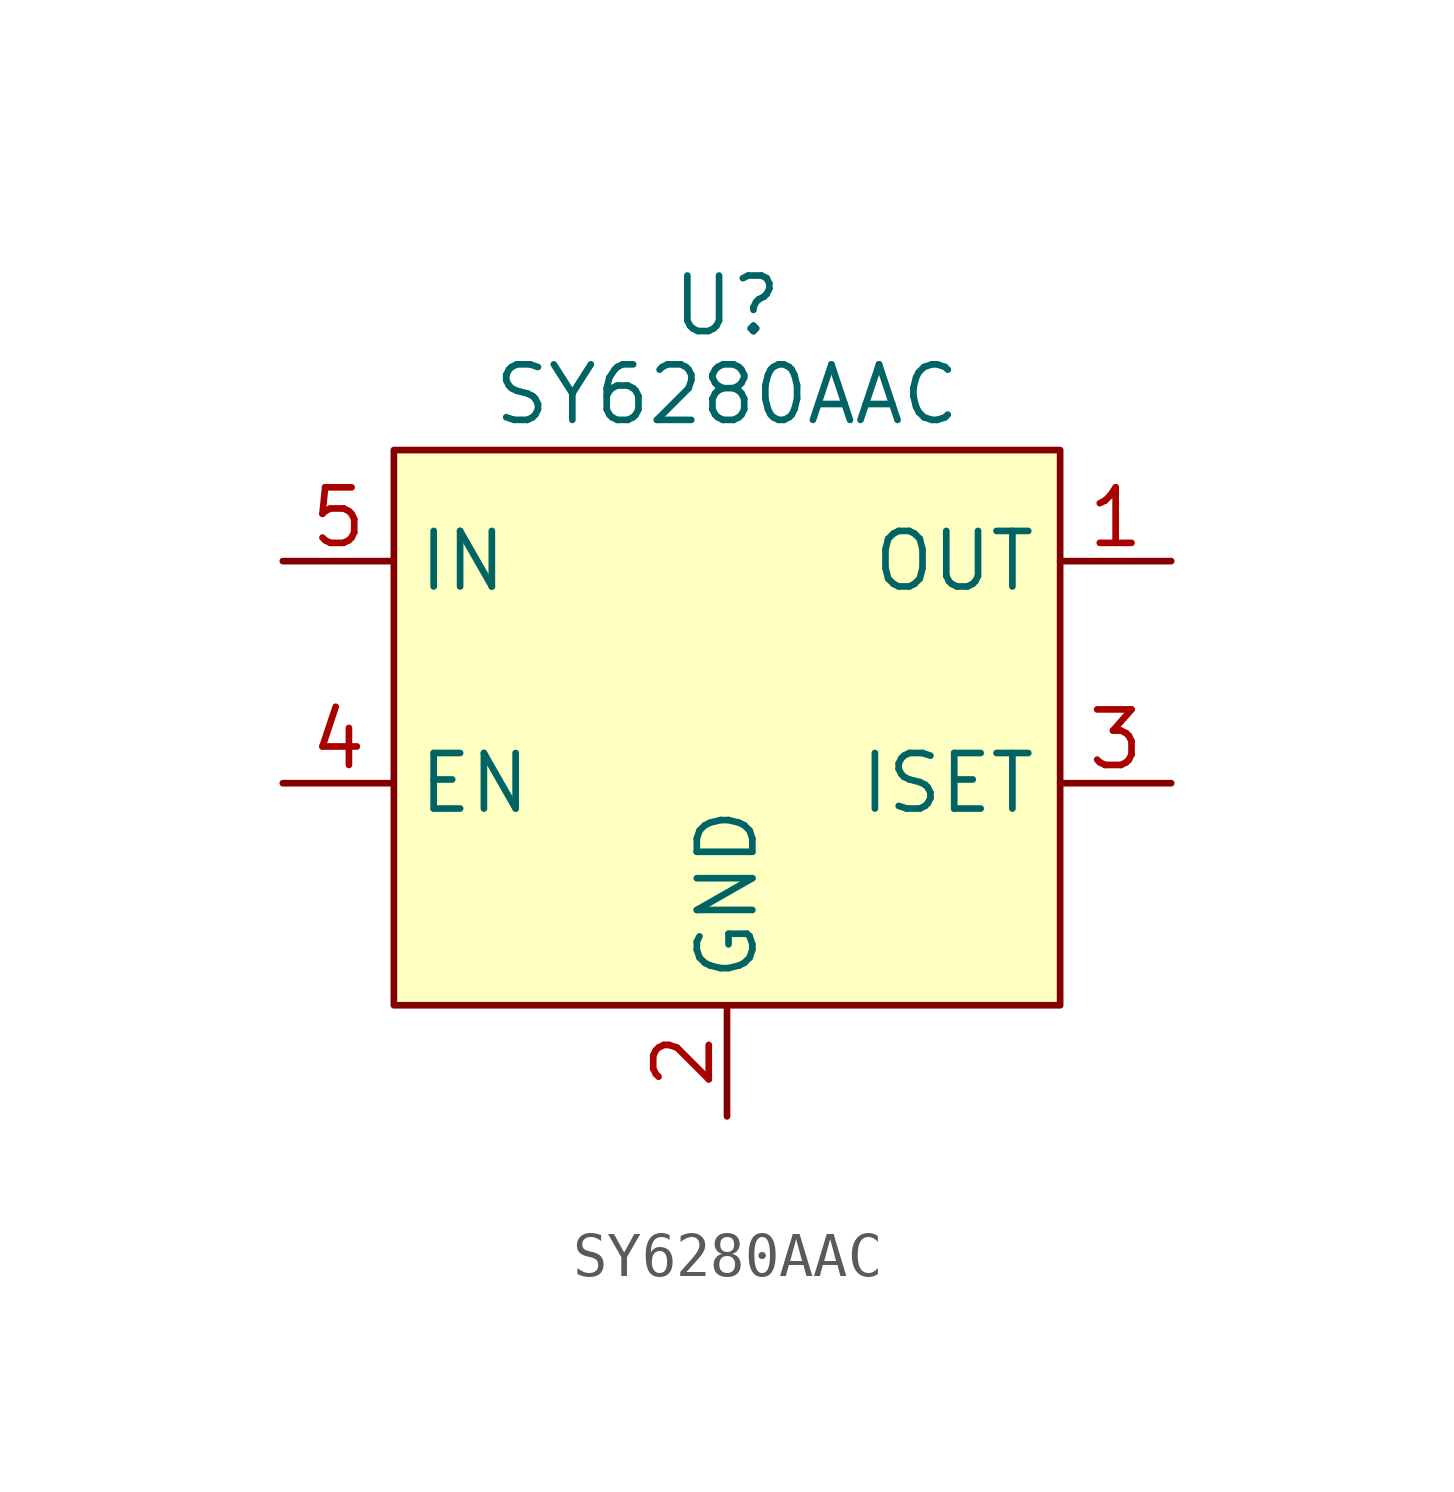
<source format=kicad_sym>
(kicad_symbol_lib
  (version 20241209)
  (generator "kicad_symbol_editor")
  (generator_version "9.0")
  (symbol "SY6280AAC"
    (property "Reference" "U"
      (at 0 9.652 0)
      (effects (font (size 1.27 1.27))))
    (property "Value" "SY6280AAC"
      (at 0 7.62 0)
      (effects (font (size 1.27 1.27))))
    (symbol "SY6280AAC_1_1"
      (rectangle (start -7.62 6.35) (end 7.62 -6.35) (stroke (width 0) (type solid)) (fill (type background)))
      (pin power_in line (at -10.16 3.81 0) (length 2.54) (name "IN" (effects (font (size 1.27 1.27)))) (number "5" (effects (font (size 1.27 1.27)))))
      (pin input line (at -10.16 -1.27 0) (length 2.54) (name "EN" (effects (font (size 1.27 1.27)))) (number "4" (effects (font (size 1.27 1.27)))))
      (pin power_in line (at 0 -8.89 90) (length 2.54) (name "GND" (effects (font (size 1.27 1.27)))) (number "2" (effects (font (size 1.27 1.27)))))
      (pin power_out line (at 10.16 3.81 180) (length 2.54) (name "OUT" (effects (font (size 1.27 1.27)))) (number "1" (effects (font (size 1.27 1.27)))))
      (pin input line (at 10.16 -1.27 180) (length 2.54) (name "ISET" (effects (font (size 1.27 1.27)))) (number "3" (effects (font (size 1.27 1.27))))))))
</source>
